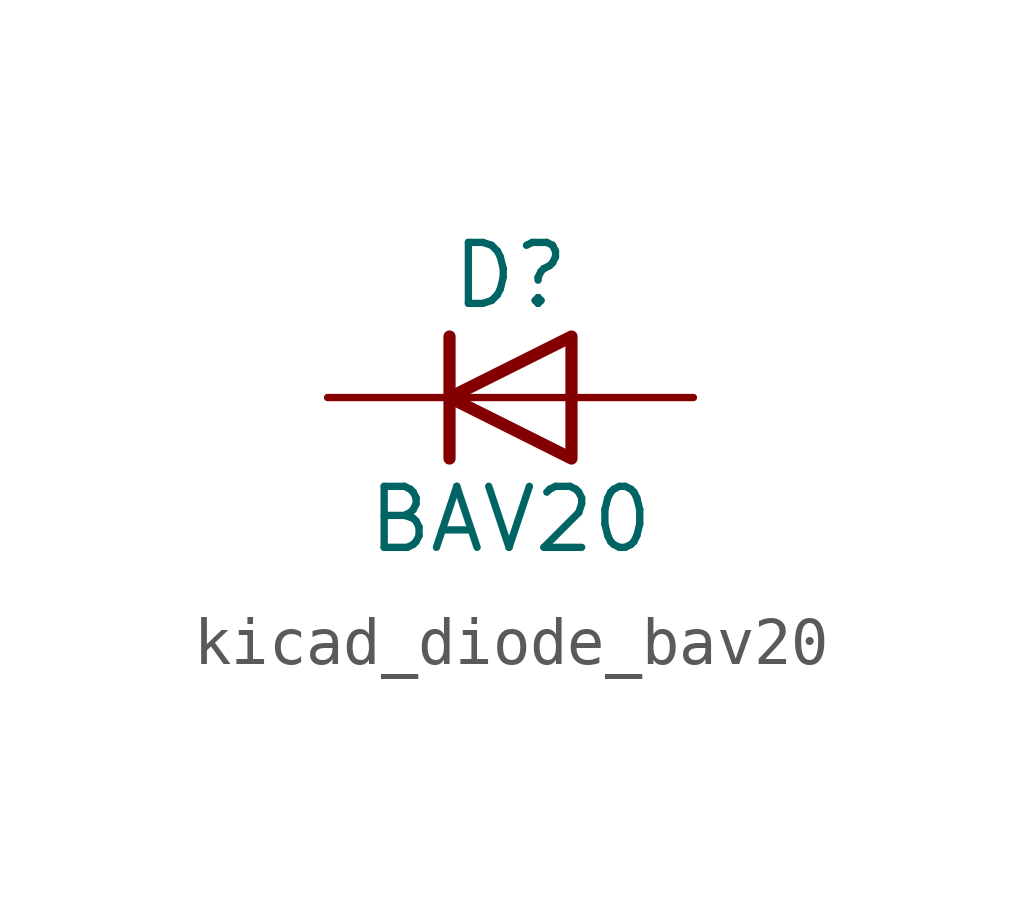
<source format=kicad_sym>
(kicad_symbol_lib
  (version 20220914)
  (generator kicad_symbol_editor)
  (symbol "kicad_diode_bav20"
    (pin_numbers hide)
    (pin_names hide)
    (property "Reference" "D"
      (at 0 2.54 0)
      (effects (font (size 1.27 1.27))))
    (property "Value" "BAV20"
      (at 0 -2.54 0)
      (effects (font (size 1.27 1.27))))
    (symbol "kicad_diode_bav20_0_1"
      (polyline (pts (xy -1.27 1.27) (xy -1.27 -1.27)) (stroke (width 0.254) (type default)) (fill (type none)))
      (polyline (pts (xy 1.27 0) (xy -1.27 0)) (stroke (width 0) (type default)) (fill (type none)))
      (polyline (pts (xy 1.27 1.27) (xy 1.27 -1.27) (xy -1.27 0) (xy 1.27 1.27)) (stroke (width 0.254) (type default)) (fill (type none))))
    (symbol "kicad_diode_bav20_1_1"
      (pin passive line (at -3.81 0 0) (length 2.54) (name "K" (effects (font (size 1.27 1.27)))) (number "1" (effects (font (size 1.27 1.27)))))
      (pin passive line (at 3.81 0 180) (length 2.54) (name "A" (effects (font (size 1.27 1.27)))) (number "2" (effects (font (size 1.27 1.27))))))))
</source>
